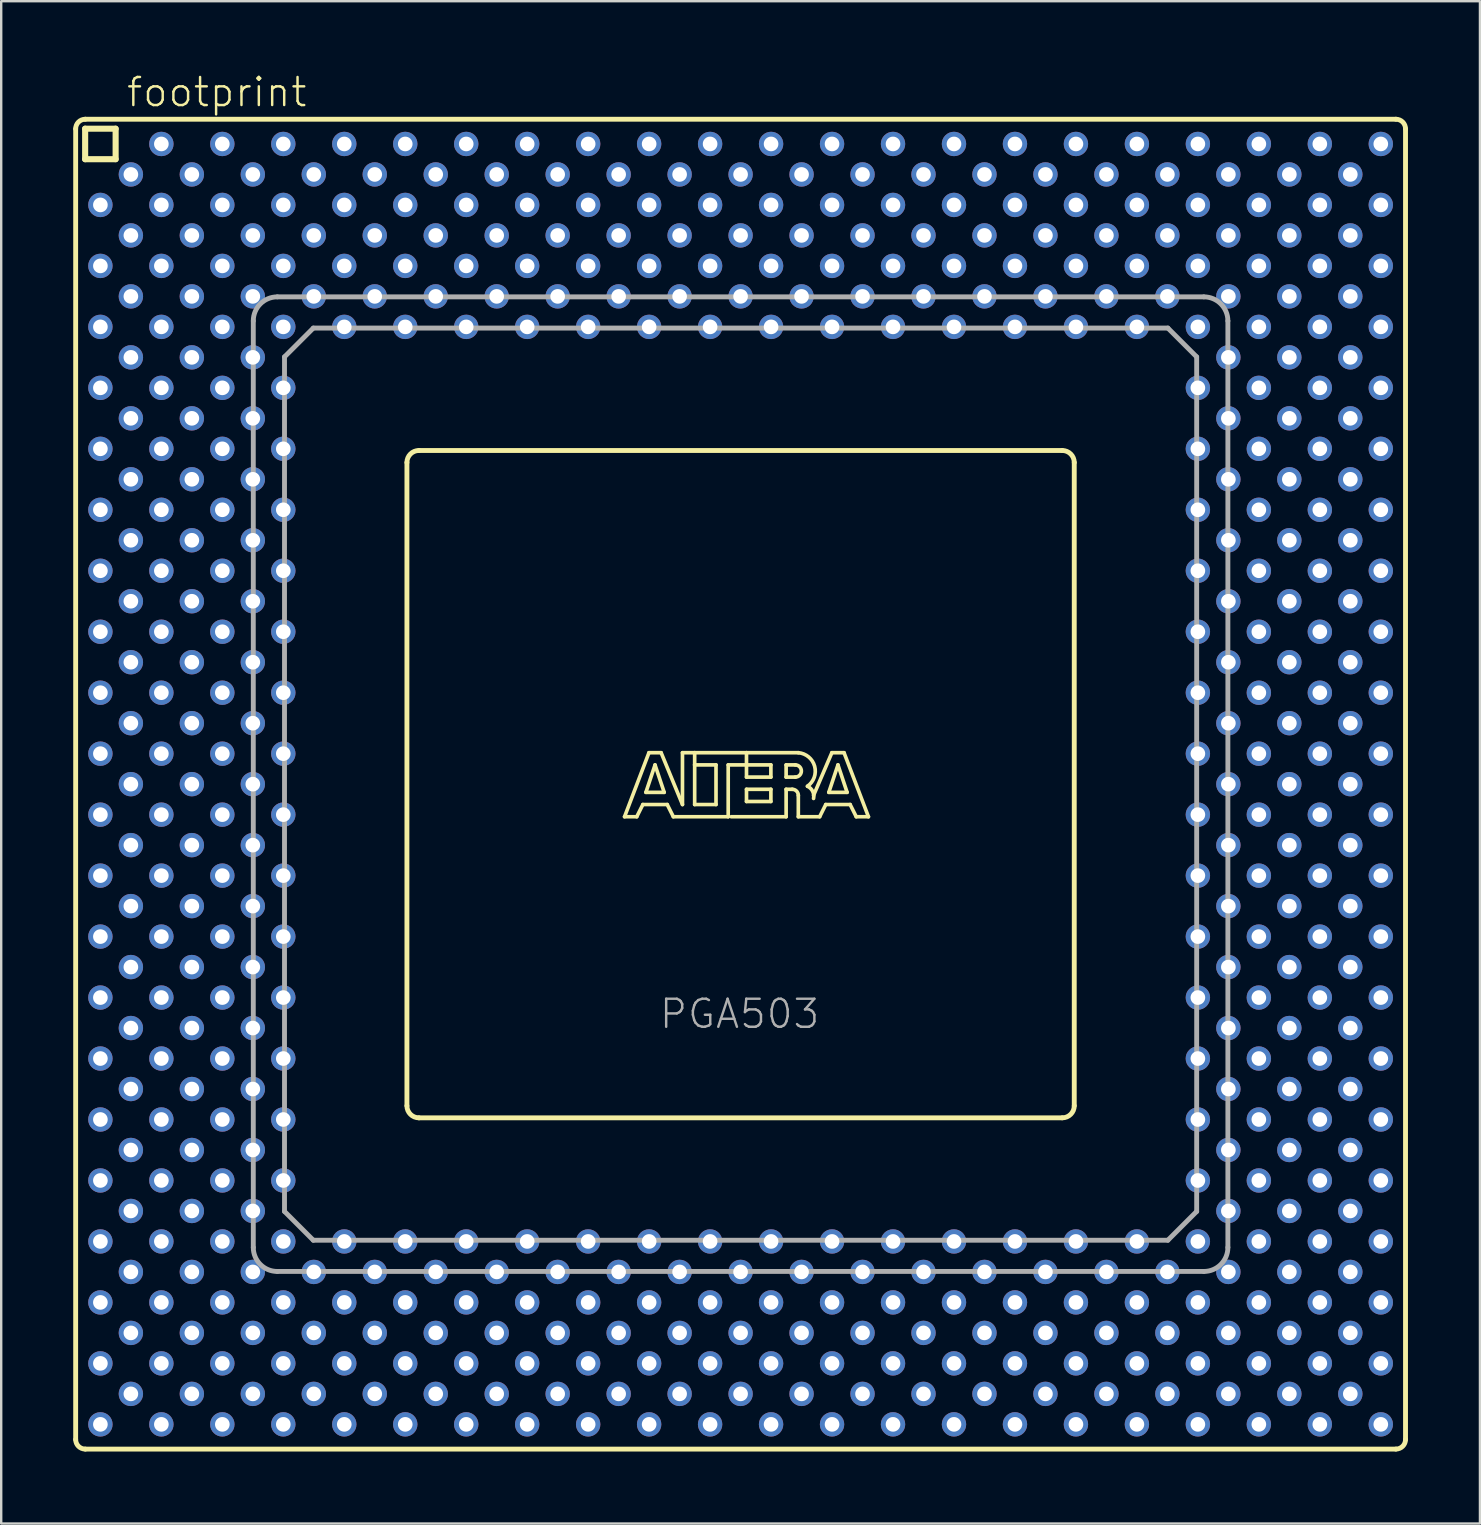
<source format=kicad_pcb>
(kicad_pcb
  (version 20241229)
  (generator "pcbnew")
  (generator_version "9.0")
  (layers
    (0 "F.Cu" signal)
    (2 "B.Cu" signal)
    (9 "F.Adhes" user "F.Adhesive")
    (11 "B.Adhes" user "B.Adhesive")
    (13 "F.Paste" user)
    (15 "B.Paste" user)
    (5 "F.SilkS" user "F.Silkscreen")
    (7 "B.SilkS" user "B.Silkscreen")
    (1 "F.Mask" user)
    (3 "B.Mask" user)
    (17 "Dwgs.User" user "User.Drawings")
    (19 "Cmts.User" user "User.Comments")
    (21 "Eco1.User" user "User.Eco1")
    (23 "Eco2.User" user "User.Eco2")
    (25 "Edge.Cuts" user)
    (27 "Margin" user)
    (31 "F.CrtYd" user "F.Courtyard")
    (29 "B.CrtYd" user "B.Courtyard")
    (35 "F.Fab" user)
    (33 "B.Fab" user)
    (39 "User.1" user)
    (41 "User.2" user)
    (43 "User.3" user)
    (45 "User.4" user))
  (footprint "footprint"
    (layer "F.Cu")
    (at 27.802 29.617)
    (property "Reference" "footprint" (at -25.643 -28.144 0) (layer "F.SilkS") (effects (font (size 1.168 1.168) (thickness 0.102)) (justify left bottom)))
    (fp_line (start -27.7 -27.3) (end -27.7 27.3) (stroke (width 0.203) (type solid)) (layer "F.SilkS"))
    (fp_line (start -27.305 -27.305) (end -27.305 -26.035) (stroke (width 0.254) (type solid)) (layer "F.SilkS"))
    (fp_line (start -27.305 -26.035) (end -26.035 -26.035) (stroke (width 0.254) (type solid)) (layer "F.SilkS"))
    (fp_line (start -27.3 27.7) (end 27.3 27.7) (stroke (width 0.203) (type solid)) (layer "F.SilkS"))
    (fp_line (start -26.035 -27.305) (end -27.305 -27.305) (stroke (width 0.254) (type solid)) (layer "F.SilkS"))
    (fp_line (start -26.035 -26.035) (end -26.035 -27.305) (stroke (width 0.254) (type solid)) (layer "F.SilkS"))
    (fp_line (start -13.9 -13.4) (end -13.9 13.4) (stroke (width 0.203) (type solid)) (layer "F.SilkS"))
    (fp_line (start -13.4 13.9) (end 13.4 13.9) (stroke (width 0.203) (type solid)) (layer "F.SilkS"))
    (fp_line (start -4.834 1.357) (end -3.818 -1.31) (stroke (width 0.152) (type solid)) (layer "F.SilkS"))
    (fp_line (start -4.326 1.357) (end -4.834 1.357) (stroke (width 0.152) (type solid)) (layer "F.SilkS"))
    (fp_line (start -4.072 0.849) (end -4.326 1.357) (stroke (width 0.152) (type solid)) (layer "F.SilkS"))
    (fp_line (start -3.945 0.341) (end -3.183 0.341) (stroke (width 0.152) (type solid)) (layer "F.SilkS"))
    (fp_line (start -3.818 -1.31) (end -3.31 -1.31) (stroke (width 0.152) (type solid)) (layer "F.SilkS"))
    (fp_line (start -3.564 -0.802) (end -3.945 0.341) (stroke (width 0.152) (type solid)) (layer "F.SilkS"))
    (fp_line (start -3.31 -1.31) (end -2.421 0.849) (stroke (width 0.152) (type solid)) (layer "F.SilkS"))
    (fp_line (start -3.183 0.341) (end -3.564 -0.802) (stroke (width 0.152) (type solid)) (layer "F.SilkS"))
    (fp_line (start -3.056 0.849) (end -4.072 0.849) (stroke (width 0.152) (type solid)) (layer "F.SilkS"))
    (fp_line (start -2.802 1.357) (end -3.056 0.849) (stroke (width 0.152) (type solid)) (layer "F.SilkS"))
    (fp_line (start -2.421 -1.31) (end -1.913 -1.31) (stroke (width 0.152) (type solid)) (layer "F.SilkS"))
    (fp_line (start -2.421 0.849) (end -2.421 -1.31) (stroke (width 0.152) (type solid)) (layer "F.SilkS"))
    (fp_line (start -1.913 -1.31) (end -1.913 -0.802) (stroke (width 0.152) (type solid)) (layer "F.SilkS"))
    (fp_line (start -1.913 -1.31) (end 0.246 -1.31) (stroke (width 0.152) (type solid)) (layer "F.SilkS"))
    (fp_line (start -1.913 -0.802) (end -1.913 0.849) (stroke (width 0.152) (type solid)) (layer "F.SilkS"))
    (fp_line (start -1.913 0.849) (end -1.024 0.849) (stroke (width 0.152) (type solid)) (layer "F.SilkS"))
    (fp_line (start -1.024 -0.802) (end -1.913 -0.802) (stroke (width 0.152) (type solid)) (layer "F.SilkS"))
    (fp_line (start -1.024 0.849) (end -1.024 -0.802) (stroke (width 0.152) (type solid)) (layer "F.SilkS"))
    (fp_line (start -0.516 -0.802) (end -0.516 1.357) (stroke (width 0.152) (type solid)) (layer "F.SilkS"))
    (fp_line (start -0.516 1.357) (end -2.802 1.357) (stroke (width 0.152) (type solid)) (layer "F.SilkS"))
    (fp_line (start 0.246 -1.31) (end 0.246 -0.802) (stroke (width 0.152) (type solid)) (layer "F.SilkS"))
    (fp_line (start 0.246 -1.31) (end 2.405 -1.31) (stroke (width 0.152) (type solid)) (layer "F.SilkS"))
    (fp_line (start 0.246 -0.802) (end -0.516 -0.802) (stroke (width 0.152) (type solid)) (layer "F.SilkS"))
    (fp_line (start 0.246 -0.802) (end 0.246 -0.294) (stroke (width 0.152) (type solid)) (layer "F.SilkS"))
    (fp_line (start 0.246 -0.294) (end 1.262 -0.294) (stroke (width 0.152) (type solid)) (layer "F.SilkS"))
    (fp_line (start 0.246 0.214) (end 1.262 0.214) (stroke (width 0.152) (type solid)) (layer "F.SilkS"))
    (fp_line (start 0.246 0.722) (end 0.246 0.214) (stroke (width 0.152) (type solid)) (layer "F.SilkS"))
    (fp_line (start 1.262 -0.802) (end 0.246 -0.802) (stroke (width 0.152) (type solid)) (layer "F.SilkS"))
    (fp_line (start 1.262 -0.294) (end 1.262 -0.802) (stroke (width 0.152) (type solid)) (layer "F.SilkS"))
    (fp_line (start 1.262 0.214) (end 1.262 0.722) (stroke (width 0.152) (type solid)) (layer "F.SilkS"))
    (fp_line (start 1.262 0.722) (end 0.246 0.722) (stroke (width 0.152) (type solid)) (layer "F.SilkS"))
    (fp_line (start 1.897 -0.802) (end 1.897 -0.294) (stroke (width 0.152) (type solid)) (layer "F.SilkS"))
    (fp_line (start 1.897 -0.294) (end 2.278 -0.294) (stroke (width 0.152) (type solid)) (layer "F.SilkS"))
    (fp_line (start 1.897 0.214) (end 1.897 1.357) (stroke (width 0.152) (type solid)) (layer "F.SilkS"))
    (fp_line (start 1.897 0.214) (end 2.151 0.214) (stroke (width 0.152) (type solid)) (layer "F.SilkS"))
    (fp_line (start 1.897 1.357) (end -0.389 1.357) (stroke (width 0.152) (type solid)) (layer "F.SilkS"))
    (fp_line (start 2.278 -0.802) (end 1.897 -0.802) (stroke (width 0.152) (type solid)) (layer "F.SilkS"))
    (fp_line (start 2.405 0.468) (end 2.405 1.357) (stroke (width 0.152) (type solid)) (layer "F.SilkS"))
    (fp_line (start 2.405 1.357) (end 3.294 1.357) (stroke (width 0.152) (type solid)) (layer "F.SilkS"))
    (fp_line (start 3.294 1.357) (end 3.548 0.849) (stroke (width 0.152) (type solid)) (layer "F.SilkS"))
    (fp_line (start 3.548 0.849) (end 4.564 0.849) (stroke (width 0.152) (type solid)) (layer "F.SilkS"))
    (fp_line (start 3.675 0.341) (end 4.056 -0.802) (stroke (width 0.152) (type solid)) (layer "F.SilkS"))
    (fp_line (start 3.802 -1.31) (end 3.04 0.468) (stroke (width 0.152) (type solid)) (layer "F.SilkS"))
    (fp_line (start 4.056 -0.802) (end 4.437 0.341) (stroke (width 0.152) (type solid)) (layer "F.SilkS"))
    (fp_line (start 4.31 -1.31) (end 3.802 -1.31) (stroke (width 0.152) (type solid)) (layer "F.SilkS"))
    (fp_line (start 4.437 0.341) (end 3.675 0.341) (stroke (width 0.152) (type solid)) (layer "F.SilkS"))
    (fp_line (start 4.564 0.849) (end 4.818 1.357) (stroke (width 0.152) (type solid)) (layer "F.SilkS"))
    (fp_line (start 4.818 1.357) (end 5.326 1.357) (stroke (width 0.152) (type solid)) (layer "F.SilkS"))
    (fp_line (start 5.326 1.357) (end 4.31 -1.31) (stroke (width 0.152) (type solid)) (layer "F.SilkS"))
    (fp_line (start 13.4 -13.9) (end -13.4 -13.9) (stroke (width 0.203) (type solid)) (layer "F.SilkS"))
    (fp_line (start 13.9 13.4) (end 13.9 -13.4) (stroke (width 0.203) (type solid)) (layer "F.SilkS"))
    (fp_line (start 27.3 -27.7) (end -27.3 -27.7) (stroke (width 0.203) (type solid)) (layer "F.SilkS"))
    (fp_line (start 27.7 27.3) (end 27.7 -27.3) (stroke (width 0.203) (type solid)) (layer "F.SilkS"))
    (fp_arc (start -27.7 -27.3) (mid -27.582813 -27.582913) (end -27.2999 -27.7001) (stroke (width 0.2032) (type solid)) (layer "F.SilkS"))
    (fp_arc (start -27.2999 27.7001) (mid -27.582813 27.582913) (end -27.7 27.3) (stroke (width 0.2032) (type solid)) (layer "F.SilkS"))
    (fp_arc (start -13.9 -13.4) (mid -13.753607 -13.753625) (end -13.400099 -13.900301) (stroke (width 0.2032) (type solid)) (layer "F.SilkS"))
    (fp_arc (start -13.4001 13.9) (mid -13.753589 13.753518) (end -13.9 13.4) (stroke (width 0.2032) (type solid)) (layer "F.SilkS"))
    (fp_arc (start 2.151 0.214) (mid 2.330605 0.288395) (end 2.405 0.468) (stroke (width 0.1524) (type solid)) (layer "F.SilkS"))
    (fp_arc (start 2.278 -0.802) (mid 2.532 -0.548) (end 2.278 -0.294) (stroke (width 0.1524) (type solid)) (layer "F.SilkS"))
    (fp_arc (start 2.405 -1.31) (mid 3.084953 -0.744769) (end 2.786098 0.087401) (stroke (width 0.1524) (type solid)) (layer "F.SilkS"))
    (fp_arc (start 2.7861 0.0871) (mid 3.002081 0.296587) (end 3.039799 0.5951) (stroke (width 0.1524) (type solid)) (layer "F.SilkS"))
    (fp_arc (start 13.4 -13.9) (mid 13.753625 -13.753607) (end 13.900301 -13.400099) (stroke (width 0.2032) (type solid)) (layer "F.SilkS"))
    (fp_arc (start 13.9 13.4001) (mid 13.753518 13.753589) (end 13.4 13.9) (stroke (width 0.2032) (type solid)) (layer "F.SilkS"))
    (fp_arc (start 27.3 -27.7) (mid 27.582913 -27.582813) (end 27.7001 -27.2999) (stroke (width 0.2032) (type solid)) (layer "F.SilkS"))
    (fp_arc (start 27.7001 27.2999) (mid 27.582913 27.582813) (end 27.3 27.7) (stroke (width 0.2032) (type solid)) (layer "F.SilkS"))
    (fp_line (start -20.3 -19.3) (end -20.3 19.3) (stroke (width 0.203) (type solid)) (layer "F.Fab"))
    (fp_line (start -19.3 20.3) (end 19.3 20.3) (stroke (width 0.203) (type solid)) (layer "F.Fab"))
    (fp_line (start -19 -17.8) (end -19 17.8) (stroke (width 0.203) (type solid)) (layer "F.Fab"))
    (fp_line (start -19 -17.8) (end -17.8 -19) (stroke (width 0.203) (type solid)) (layer "F.Fab"))
    (fp_line (start -17.8 19) (end -19 17.8) (stroke (width 0.203) (type solid)) (layer "F.Fab"))
    (fp_line (start -17.8 19) (end 17.8 19) (stroke (width 0.203) (type solid)) (layer "F.Fab"))
    (fp_line (start 17.8 -19) (end -17.8 -19) (stroke (width 0.203) (type solid)) (layer "F.Fab"))
    (fp_line (start 17.8 -19) (end 19 -17.8) (stroke (width 0.203) (type solid)) (layer "F.Fab"))
    (fp_line (start 19 17.8) (end 17.8 19) (stroke (width 0.203) (type solid)) (layer "F.Fab"))
    (fp_line (start 19 17.8) (end 19 -17.8) (stroke (width 0.203) (type solid)) (layer "F.Fab"))
    (fp_line (start 19.3 -20.3) (end -19.3 -20.3) (stroke (width 0.203) (type solid)) (layer "F.Fab"))
    (fp_line (start 20.3 19.3) (end 20.3 -19.3) (stroke (width 0.203) (type solid)) (layer "F.Fab"))
    (fp_arc (start -20.3 -19.3) (mid -20.007107 -20.007107) (end -19.3 -20.3) (stroke (width 0.2032) (type solid)) (layer "F.Fab"))
    (fp_arc (start -19.3 20.3) (mid -20.007107 20.007107) (end -20.3 19.3) (stroke (width 0.2032) (type solid)) (layer "F.Fab"))
    (fp_arc (start 19.3 -20.3) (mid 20.007107 -20.007107) (end 20.3 -19.3) (stroke (width 0.2032) (type solid)) (layer "F.Fab"))
    (fp_arc (start 20.3 19.3) (mid 20.007107 20.007107) (end 19.3 20.3) (stroke (width 0.2032) (type solid)) (layer "F.Fab"))
    (fp_text user "PGA503" (at -3.445 10.255 0) (layer "F.Fab") (effects (font (size 1.168 1.168) (thickness 0.102)) (justify left bottom)))
    (pad "A3" thru_hole circle (at -24.13 -26.67) (size 1.016 1.016) (drill 0.61) (layers "*.Cu" "*.Mask"))
    (pad "A5" thru_hole circle (at -21.59 -26.67) (size 1.016 1.016) (drill 0.61) (layers "*.Cu" "*.Mask"))
    (pad "A7" thru_hole circle (at -19.05 -26.67) (size 1.016 1.016) (drill 0.61) (layers "*.Cu" "*.Mask"))
    (pad "A9" thru_hole circle (at -16.51 -26.67) (size 1.016 1.016) (drill 0.61) (layers "*.Cu" "*.Mask"))
    (pad "A11" thru_hole circle (at -13.97 -26.67) (size 1.016 1.016) (drill 0.61) (layers "*.Cu" "*.Mask"))
    (pad "A13" thru_hole circle (at -11.43 -26.67) (size 1.016 1.016) (drill 0.61) (layers "*.Cu" "*.Mask"))
    (pad "A15" thru_hole circle (at -8.89 -26.67) (size 1.016 1.016) (drill 0.61) (layers "*.Cu" "*.Mask"))
    (pad "A17" thru_hole circle (at -6.35 -26.67) (size 1.016 1.016) (drill 0.61) (layers "*.Cu" "*.Mask"))
    (pad "A19" thru_hole circle (at -3.81 -26.67) (size 1.016 1.016) (drill 0.61) (layers "*.Cu" "*.Mask"))
    (pad "A21" thru_hole circle (at -1.27 -26.67) (size 1.016 1.016) (drill 0.61) (layers "*.Cu" "*.Mask"))
    (pad "A23" thru_hole circle (at 1.27 -26.67) (size 1.016 1.016) (drill 0.61) (layers "*.Cu" "*.Mask"))
    (pad "A25" thru_hole circle (at 3.81 -26.67) (size 1.016 1.016) (drill 0.61) (layers "*.Cu" "*.Mask"))
    (pad "A27" thru_hole circle (at 6.35 -26.67) (size 1.016 1.016) (drill 0.61) (layers "*.Cu" "*.Mask"))
    (pad "A29" thru_hole circle (at 8.89 -26.67) (size 1.016 1.016) (drill 0.61) (layers "*.Cu" "*.Mask"))
    (pad "A31" thru_hole circle (at 11.43 -26.67) (size 1.016 1.016) (drill 0.61) (layers "*.Cu" "*.Mask"))
    (pad "A33" thru_hole circle (at 13.97 -26.67) (size 1.016 1.016) (drill 0.61) (layers "*.Cu" "*.Mask"))
    (pad "A35" thru_hole circle (at 16.51 -26.67) (size 1.016 1.016) (drill 0.61) (layers "*.Cu" "*.Mask"))
    (pad "A37" thru_hole circle (at 19.05 -26.67) (size 1.016 1.016) (drill 0.61) (layers "*.Cu" "*.Mask"))
    (pad "A39" thru_hole circle (at 21.59 -26.67) (size 1.016 1.016) (drill 0.61) (layers "*.Cu" "*.Mask"))
    (pad "A41" thru_hole circle (at 24.13 -26.67) (size 1.016 1.016) (drill 0.61) (layers "*.Cu" "*.Mask"))
    (pad "A43" thru_hole circle (at 26.67 -26.67) (size 1.016 1.016) (drill 0.61) (layers "*.Cu" "*.Mask"))
    (pad "AA1" thru_hole circle (at -26.67 -1.27) (size 1.016 1.016) (drill 0.61) (layers "*.Cu" "*.Mask"))
    (pad "AA3" thru_hole circle (at -24.13 -1.27) (size 1.016 1.016) (drill 0.61) (layers "*.Cu" "*.Mask"))
    (pad "AA5" thru_hole circle (at -21.59 -1.27) (size 1.016 1.016) (drill 0.61) (layers "*.Cu" "*.Mask"))
    (pad "AA7" thru_hole circle (at -19.05 -1.27) (size 1.016 1.016) (drill 0.61) (layers "*.Cu" "*.Mask"))
    (pad "AA37" thru_hole circle (at 19.05 -1.27) (size 1.016 1.016) (drill 0.61) (layers "*.Cu" "*.Mask"))
    (pad "AA39" thru_hole circle (at 21.59 -1.27) (size 1.016 1.016) (drill 0.61) (layers "*.Cu" "*.Mask"))
    (pad "AA41" thru_hole circle (at 24.13 -1.27) (size 1.016 1.016) (drill 0.61) (layers "*.Cu" "*.Mask"))
    (pad "AA43" thru_hole circle (at 26.67 -1.27) (size 1.016 1.016) (drill 0.61) (layers "*.Cu" "*.Mask"))
    (pad "AB2" thru_hole circle (at -25.4 0) (size 1.016 1.016) (drill 0.61) (layers "*.Cu" "*.Mask"))
    (pad "AB4" thru_hole circle (at -22.86 0) (size 1.016 1.016) (drill 0.61) (layers "*.Cu" "*.Mask"))
    (pad "AB6" thru_hole circle (at -20.32 0) (size 1.016 1.016) (drill 0.61) (layers "*.Cu" "*.Mask"))
    (pad "AB38" thru_hole circle (at 20.32 0) (size 1.016 1.016) (drill 0.61) (layers "*.Cu" "*.Mask"))
    (pad "AB40" thru_hole circle (at 22.86 0) (size 1.016 1.016) (drill 0.61) (layers "*.Cu" "*.Mask"))
    (pad "AB42" thru_hole circle (at 25.4 0) (size 1.016 1.016) (drill 0.61) (layers "*.Cu" "*.Mask"))
    (pad "AC1" thru_hole circle (at -26.67 1.27) (size 1.016 1.016) (drill 0.61) (layers "*.Cu" "*.Mask"))
    (pad "AC3" thru_hole circle (at -24.13 1.27) (size 1.016 1.016) (drill 0.61) (layers "*.Cu" "*.Mask"))
    (pad "AC5" thru_hole circle (at -21.59 1.27) (size 1.016 1.016) (drill 0.61) (layers "*.Cu" "*.Mask"))
    (pad "AC7" thru_hole circle (at -19.05 1.27) (size 1.016 1.016) (drill 0.61) (layers "*.Cu" "*.Mask"))
    (pad "AC37" thru_hole circle (at 19.05 1.27) (size 1.016 1.016) (drill 0.61) (layers "*.Cu" "*.Mask"))
    (pad "AC39" thru_hole circle (at 21.59 1.27) (size 1.016 1.016) (drill 0.61) (layers "*.Cu" "*.Mask"))
    (pad "AC41" thru_hole circle (at 24.13 1.27) (size 1.016 1.016) (drill 0.61) (layers "*.Cu" "*.Mask"))
    (pad "AC43" thru_hole circle (at 26.67 1.27) (size 1.016 1.016) (drill 0.61) (layers "*.Cu" "*.Mask"))
    (pad "AD2" thru_hole circle (at -25.4 2.54) (size 1.016 1.016) (drill 0.61) (layers "*.Cu" "*.Mask"))
    (pad "AD4" thru_hole circle (at -22.86 2.54) (size 1.016 1.016) (drill 0.61) (layers "*.Cu" "*.Mask"))
    (pad "AD6" thru_hole circle (at -20.32 2.54) (size 1.016 1.016) (drill 0.61) (layers "*.Cu" "*.Mask"))
    (pad "AD38" thru_hole circle (at 20.32 2.54) (size 1.016 1.016) (drill 0.61) (layers "*.Cu" "*.Mask"))
    (pad "AD40" thru_hole circle (at 22.86 2.54) (size 1.016 1.016) (drill 0.61) (layers "*.Cu" "*.Mask"))
    (pad "AD42" thru_hole circle (at 25.4 2.54) (size 1.016 1.016) (drill 0.61) (layers "*.Cu" "*.Mask"))
    (pad "AE1" thru_hole circle (at -26.67 3.81) (size 1.016 1.016) (drill 0.61) (layers "*.Cu" "*.Mask"))
    (pad "AE3" thru_hole circle (at -24.13 3.81) (size 1.016 1.016) (drill 0.61) (layers "*.Cu" "*.Mask"))
    (pad "AE5" thru_hole circle (at -21.59 3.81) (size 1.016 1.016) (drill 0.61) (layers "*.Cu" "*.Mask"))
    (pad "AE7" thru_hole circle (at -19.05 3.81) (size 1.016 1.016) (drill 0.61) (layers "*.Cu" "*.Mask"))
    (pad "AE37" thru_hole circle (at 19.05 3.81) (size 1.016 1.016) (drill 0.61) (layers "*.Cu" "*.Mask"))
    (pad "AE39" thru_hole circle (at 21.59 3.81) (size 1.016 1.016) (drill 0.61) (layers "*.Cu" "*.Mask"))
    (pad "AE41" thru_hole circle (at 24.13 3.81) (size 1.016 1.016) (drill 0.61) (layers "*.Cu" "*.Mask"))
    (pad "AE43" thru_hole circle (at 26.67 3.81) (size 1.016 1.016) (drill 0.61) (layers "*.Cu" "*.Mask"))
    (pad "AF2" thru_hole circle (at -25.4 5.08) (size 1.016 1.016) (drill 0.61) (layers "*.Cu" "*.Mask"))
    (pad "AF4" thru_hole circle (at -22.86 5.08) (size 1.016 1.016) (drill 0.61) (layers "*.Cu" "*.Mask"))
    (pad "AF6" thru_hole circle (at -20.32 5.08) (size 1.016 1.016) (drill 0.61) (layers "*.Cu" "*.Mask"))
    (pad "AF38" thru_hole circle (at 20.32 5.08) (size 1.016 1.016) (drill 0.61) (layers "*.Cu" "*.Mask"))
    (pad "AF40" thru_hole circle (at 22.86 5.08) (size 1.016 1.016) (drill 0.61) (layers "*.Cu" "*.Mask"))
    (pad "AF42" thru_hole circle (at 25.4 5.08) (size 1.016 1.016) (drill 0.61) (layers "*.Cu" "*.Mask"))
    (pad "AG1" thru_hole circle (at -26.67 6.35) (size 1.016 1.016) (drill 0.61) (layers "*.Cu" "*.Mask"))
    (pad "AG3" thru_hole circle (at -24.13 6.35) (size 1.016 1.016) (drill 0.61) (layers "*.Cu" "*.Mask"))
    (pad "AG5" thru_hole circle (at -21.59 6.35) (size 1.016 1.016) (drill 0.61) (layers "*.Cu" "*.Mask"))
    (pad "AG7" thru_hole circle (at -19.05 6.35) (size 1.016 1.016) (drill 0.61) (layers "*.Cu" "*.Mask"))
    (pad "AG37" thru_hole circle (at 19.05 6.35) (size 1.016 1.016) (drill 0.61) (layers "*.Cu" "*.Mask"))
    (pad "AG39" thru_hole circle (at 21.59 6.35) (size 1.016 1.016) (drill 0.61) (layers "*.Cu" "*.Mask"))
    (pad "AG41" thru_hole circle (at 24.13 6.35) (size 1.016 1.016) (drill 0.61) (layers "*.Cu" "*.Mask"))
    (pad "AG43" thru_hole circle (at 26.67 6.35) (size 1.016 1.016) (drill 0.61) (layers "*.Cu" "*.Mask"))
    (pad "AH2" thru_hole circle (at -25.4 7.62) (size 1.016 1.016) (drill 0.61) (layers "*.Cu" "*.Mask"))
    (pad "AH4" thru_hole circle (at -22.86 7.62) (size 1.016 1.016) (drill 0.61) (layers "*.Cu" "*.Mask"))
    (pad "AH6" thru_hole circle (at -20.32 7.62) (size 1.016 1.016) (drill 0.61) (layers "*.Cu" "*.Mask"))
    (pad "AH38" thru_hole circle (at 20.32 7.62) (size 1.016 1.016) (drill 0.61) (layers "*.Cu" "*.Mask"))
    (pad "AH40" thru_hole circle (at 22.86 7.62) (size 1.016 1.016) (drill 0.61) (layers "*.Cu" "*.Mask"))
    (pad "AH42" thru_hole circle (at 25.4 7.62) (size 1.016 1.016) (drill 0.61) (layers "*.Cu" "*.Mask"))
    (pad "AJ1" thru_hole circle (at -26.67 8.89) (size 1.016 1.016) (drill 0.61) (layers "*.Cu" "*.Mask"))
    (pad "AJ3" thru_hole circle (at -24.13 8.89) (size 1.016 1.016) (drill 0.61) (layers "*.Cu" "*.Mask"))
    (pad "AJ5" thru_hole circle (at -21.59 8.89) (size 1.016 1.016) (drill 0.61) (layers "*.Cu" "*.Mask"))
    (pad "AJ7" thru_hole circle (at -19.05 8.89) (size 1.016 1.016) (drill 0.61) (layers "*.Cu" "*.Mask"))
    (pad "AJ37" thru_hole circle (at 19.05 8.89) (size 1.016 1.016) (drill 0.61) (layers "*.Cu" "*.Mask"))
    (pad "AJ39" thru_hole circle (at 21.59 8.89) (size 1.016 1.016) (drill 0.61) (layers "*.Cu" "*.Mask"))
    (pad "AJ41" thru_hole circle (at 24.13 8.89) (size 1.016 1.016) (drill 0.61) (layers "*.Cu" "*.Mask"))
    (pad "AJ43" thru_hole circle (at 26.67 8.89) (size 1.016 1.016) (drill 0.61) (layers "*.Cu" "*.Mask"))
    (pad "AK2" thru_hole circle (at -25.4 10.16) (size 1.016 1.016) (drill 0.61) (layers "*.Cu" "*.Mask"))
    (pad "AK4" thru_hole circle (at -22.86 10.16) (size 1.016 1.016) (drill 0.61) (layers "*.Cu" "*.Mask"))
    (pad "AK6" thru_hole circle (at -20.32 10.16) (size 1.016 1.016) (drill 0.61) (layers "*.Cu" "*.Mask"))
    (pad "AK38" thru_hole circle (at 20.32 10.16) (size 1.016 1.016) (drill 0.61) (layers "*.Cu" "*.Mask"))
    (pad "AK40" thru_hole circle (at 22.86 10.16) (size 1.016 1.016) (drill 0.61) (layers "*.Cu" "*.Mask"))
    (pad "AK42" thru_hole circle (at 25.4 10.16) (size 1.016 1.016) (drill 0.61) (layers "*.Cu" "*.Mask"))
    (pad "AL1" thru_hole circle (at -26.67 11.43) (size 1.016 1.016) (drill 0.61) (layers "*.Cu" "*.Mask"))
    (pad "AL3" thru_hole circle (at -24.13 11.43) (size 1.016 1.016) (drill 0.61) (layers "*.Cu" "*.Mask"))
    (pad "AL5" thru_hole circle (at -21.59 11.43) (size 1.016 1.016) (drill 0.61) (layers "*.Cu" "*.Mask"))
    (pad "AL7" thru_hole circle (at -19.05 11.43) (size 1.016 1.016) (drill 0.61) (layers "*.Cu" "*.Mask"))
    (pad "AL37" thru_hole circle (at 19.05 11.43) (size 1.016 1.016) (drill 0.61) (layers "*.Cu" "*.Mask"))
    (pad "AL39" thru_hole circle (at 21.59 11.43) (size 1.016 1.016) (drill 0.61) (layers "*.Cu" "*.Mask"))
    (pad "AL41" thru_hole circle (at 24.13 11.43) (size 1.016 1.016) (drill 0.61) (layers "*.Cu" "*.Mask"))
    (pad "AL43" thru_hole circle (at 26.67 11.43) (size 1.016 1.016) (drill 0.61) (layers "*.Cu" "*.Mask"))
    (pad "AM2" thru_hole circle (at -25.4 12.7) (size 1.016 1.016) (drill 0.61) (layers "*.Cu" "*.Mask"))
    (pad "AM4" thru_hole circle (at -22.86 12.7) (size 1.016 1.016) (drill 0.61) (layers "*.Cu" "*.Mask"))
    (pad "AM6" thru_hole circle (at -20.32 12.7) (size 1.016 1.016) (drill 0.61) (layers "*.Cu" "*.Mask"))
    (pad "AM38" thru_hole circle (at 20.32 12.7) (size 1.016 1.016) (drill 0.61) (layers "*.Cu" "*.Mask"))
    (pad "AM40" thru_hole circle (at 22.86 12.7) (size 1.016 1.016) (drill 0.61) (layers "*.Cu" "*.Mask"))
    (pad "AM42" thru_hole circle (at 25.4 12.7) (size 1.016 1.016) (drill 0.61) (layers "*.Cu" "*.Mask"))
    (pad "AN1" thru_hole circle (at -26.67 13.97) (size 1.016 1.016) (drill 0.61) (layers "*.Cu" "*.Mask"))
    (pad "AN3" thru_hole circle (at -24.13 13.97) (size 1.016 1.016) (drill 0.61) (layers "*.Cu" "*.Mask"))
    (pad "AN5" thru_hole circle (at -21.59 13.97) (size 1.016 1.016) (drill 0.61) (layers "*.Cu" "*.Mask"))
    (pad "AN7" thru_hole circle (at -19.05 13.97) (size 1.016 1.016) (drill 0.61) (layers "*.Cu" "*.Mask"))
    (pad "AN37" thru_hole circle (at 19.05 13.97) (size 1.016 1.016) (drill 0.61) (layers "*.Cu" "*.Mask"))
    (pad "AN39" thru_hole circle (at 21.59 13.97) (size 1.016 1.016) (drill 0.61) (layers "*.Cu" "*.Mask"))
    (pad "AN41" thru_hole circle (at 24.13 13.97) (size 1.016 1.016) (drill 0.61) (layers "*.Cu" "*.Mask"))
    (pad "AN43" thru_hole circle (at 26.67 13.97) (size 1.016 1.016) (drill 0.61) (layers "*.Cu" "*.Mask"))
    (pad "AP2" thru_hole circle (at -25.4 15.24) (size 1.016 1.016) (drill 0.61) (layers "*.Cu" "*.Mask"))
    (pad "AP4" thru_hole circle (at -22.86 15.24) (size 1.016 1.016) (drill 0.61) (layers "*.Cu" "*.Mask"))
    (pad "AP6" thru_hole circle (at -20.32 15.24) (size 1.016 1.016) (drill 0.61) (layers "*.Cu" "*.Mask"))
    (pad "AP38" thru_hole circle (at 20.32 15.24) (size 1.016 1.016) (drill 0.61) (layers "*.Cu" "*.Mask"))
    (pad "AP40" thru_hole circle (at 22.86 15.24) (size 1.016 1.016) (drill 0.61) (layers "*.Cu" "*.Mask"))
    (pad "AP42" thru_hole circle (at 25.4 15.24) (size 1.016 1.016) (drill 0.61) (layers "*.Cu" "*.Mask"))
    (pad "AR1" thru_hole circle (at -26.67 16.51) (size 1.016 1.016) (drill 0.61) (layers "*.Cu" "*.Mask"))
    (pad "AR3" thru_hole circle (at -24.13 16.51) (size 1.016 1.016) (drill 0.61) (layers "*.Cu" "*.Mask"))
    (pad "AR5" thru_hole circle (at -21.59 16.51) (size 1.016 1.016) (drill 0.61) (layers "*.Cu" "*.Mask"))
    (pad "AR7" thru_hole circle (at -19.05 16.51) (size 1.016 1.016) (drill 0.61) (layers "*.Cu" "*.Mask"))
    (pad "AR37" thru_hole circle (at 19.05 16.51) (size 1.016 1.016) (drill 0.61) (layers "*.Cu" "*.Mask"))
    (pad "AR39" thru_hole circle (at 21.59 16.51) (size 1.016 1.016) (drill 0.61) (layers "*.Cu" "*.Mask"))
    (pad "AR41" thru_hole circle (at 24.13 16.51) (size 1.016 1.016) (drill 0.61) (layers "*.Cu" "*.Mask"))
    (pad "AR43" thru_hole circle (at 26.67 16.51) (size 1.016 1.016) (drill 0.61) (layers "*.Cu" "*.Mask"))
    (pad "AT2" thru_hole circle (at -25.4 17.78) (size 1.016 1.016) (drill 0.61) (layers "*.Cu" "*.Mask"))
    (pad "AT4" thru_hole circle (at -22.86 17.78) (size 1.016 1.016) (drill 0.61) (layers "*.Cu" "*.Mask"))
    (pad "AT6" thru_hole circle (at -20.32 17.78) (size 1.016 1.016) (drill 0.61) (layers "*.Cu" "*.Mask"))
    (pad "AT38" thru_hole circle (at 20.32 17.78) (size 1.016 1.016) (drill 0.61) (layers "*.Cu" "*.Mask"))
    (pad "AT40" thru_hole circle (at 22.86 17.78) (size 1.016 1.016) (drill 0.61) (layers "*.Cu" "*.Mask"))
    (pad "AT42" thru_hole circle (at 25.4 17.78) (size 1.016 1.016) (drill 0.61) (layers "*.Cu" "*.Mask"))
    (pad "AU1" thru_hole circle (at -26.67 19.05) (size 1.016 1.016) (drill 0.61) (layers "*.Cu" "*.Mask"))
    (pad "AU3" thru_hole circle (at -24.13 19.05) (size 1.016 1.016) (drill 0.61) (layers "*.Cu" "*.Mask"))
    (pad "AU5" thru_hole circle (at -21.59 19.05) (size 1.016 1.016) (drill 0.61) (layers "*.Cu" "*.Mask"))
    (pad "AU7" thru_hole circle (at -19.05 19.05) (size 1.016 1.016) (drill 0.61) (layers "*.Cu" "*.Mask"))
    (pad "AU9" thru_hole circle (at -16.51 19.05) (size 1.016 1.016) (drill 0.61) (layers "*.Cu" "*.Mask"))
    (pad "AU11" thru_hole circle (at -13.97 19.05) (size 1.016 1.016) (drill 0.61) (layers "*.Cu" "*.Mask"))
    (pad "AU13" thru_hole circle (at -11.43 19.05) (size 1.016 1.016) (drill 0.61) (layers "*.Cu" "*.Mask"))
    (pad "AU15" thru_hole circle (at -8.89 19.05) (size 1.016 1.016) (drill 0.61) (layers "*.Cu" "*.Mask"))
    (pad "AU17" thru_hole circle (at -6.35 19.05) (size 1.016 1.016) (drill 0.61) (layers "*.Cu" "*.Mask"))
    (pad "AU19" thru_hole circle (at -3.81 19.05) (size 1.016 1.016) (drill 0.61) (layers "*.Cu" "*.Mask"))
    (pad "AU21" thru_hole circle (at -1.27 19.05) (size 1.016 1.016) (drill 0.61) (layers "*.Cu" "*.Mask"))
    (pad "AU23" thru_hole circle (at 1.27 19.05) (size 1.016 1.016) (drill 0.61) (layers "*.Cu" "*.Mask"))
    (pad "AU25" thru_hole circle (at 3.81 19.05) (size 1.016 1.016) (drill 0.61) (layers "*.Cu" "*.Mask"))
    (pad "AU27" thru_hole circle (at 6.35 19.05) (size 1.016 1.016) (drill 0.61) (layers "*.Cu" "*.Mask"))
    (pad "AU29" thru_hole circle (at 8.89 19.05) (size 1.016 1.016) (drill 0.61) (layers "*.Cu" "*.Mask"))
    (pad "AU31" thru_hole circle (at 11.43 19.05) (size 1.016 1.016) (drill 0.61) (layers "*.Cu" "*.Mask"))
    (pad "AU33" thru_hole circle (at 13.97 19.05) (size 1.016 1.016) (drill 0.61) (layers "*.Cu" "*.Mask"))
    (pad "AU35" thru_hole circle (at 16.51 19.05) (size 1.016 1.016) (drill 0.61) (layers "*.Cu" "*.Mask"))
    (pad "AU37" thru_hole circle (at 19.05 19.05) (size 1.016 1.016) (drill 0.61) (layers "*.Cu" "*.Mask"))
    (pad "AU39" thru_hole circle (at 21.59 19.05) (size 1.016 1.016) (drill 0.61) (layers "*.Cu" "*.Mask"))
    (pad "AU41" thru_hole circle (at 24.13 19.05) (size 1.016 1.016) (drill 0.61) (layers "*.Cu" "*.Mask"))
    (pad "AU43" thru_hole circle (at 26.67 19.05) (size 1.016 1.016) (drill 0.61) (layers "*.Cu" "*.Mask"))
    (pad "AV2" thru_hole circle (at -25.4 20.32) (size 1.016 1.016) (drill 0.61) (layers "*.Cu" "*.Mask"))
    (pad "AV4" thru_hole circle (at -22.86 20.32) (size 1.016 1.016) (drill 0.61) (layers "*.Cu" "*.Mask"))
    (pad "AV6" thru_hole circle (at -20.32 20.32) (size 1.016 1.016) (drill 0.61) (layers "*.Cu" "*.Mask"))
    (pad "AV8" thru_hole circle (at -17.78 20.32) (size 1.016 1.016) (drill 0.61) (layers "*.Cu" "*.Mask"))
    (pad "AV10" thru_hole circle (at -15.24 20.32) (size 1.016 1.016) (drill 0.61) (layers "*.Cu" "*.Mask"))
    (pad "AV12" thru_hole circle (at -12.7 20.32) (size 1.016 1.016) (drill 0.61) (layers "*.Cu" "*.Mask"))
    (pad "AV14" thru_hole circle (at -10.16 20.32) (size 1.016 1.016) (drill 0.61) (layers "*.Cu" "*.Mask"))
    (pad "AV16" thru_hole circle (at -7.62 20.32) (size 1.016 1.016) (drill 0.61) (layers "*.Cu" "*.Mask"))
    (pad "AV18" thru_hole circle (at -5.08 20.32) (size 1.016 1.016) (drill 0.61) (layers "*.Cu" "*.Mask"))
    (pad "AV20" thru_hole circle (at -2.54 20.32) (size 1.016 1.016) (drill 0.61) (layers "*.Cu" "*.Mask"))
    (pad "AV22" thru_hole circle (at 0 20.32) (size 1.016 1.016) (drill 0.61) (layers "*.Cu" "*.Mask"))
    (pad "AV24" thru_hole circle (at 2.54 20.32) (size 1.016 1.016) (drill 0.61) (layers "*.Cu" "*.Mask"))
    (pad "AV26" thru_hole circle (at 5.08 20.32) (size 1.016 1.016) (drill 0.61) (layers "*.Cu" "*.Mask"))
    (pad "AV28" thru_hole circle (at 7.62 20.32) (size 1.016 1.016) (drill 0.61) (layers "*.Cu" "*.Mask"))
    (pad "AV30" thru_hole circle (at 10.16 20.32) (size 1.016 1.016) (drill 0.61) (layers "*.Cu" "*.Mask"))
    (pad "AV32" thru_hole circle (at 12.7 20.32) (size 1.016 1.016) (drill 0.61) (layers "*.Cu" "*.Mask"))
    (pad "AV34" thru_hole circle (at 15.24 20.32) (size 1.016 1.016) (drill 0.61) (layers "*.Cu" "*.Mask"))
    (pad "AV36" thru_hole circle (at 17.78 20.32) (size 1.016 1.016) (drill 0.61) (layers "*.Cu" "*.Mask"))
    (pad "AV38" thru_hole circle (at 20.32 20.32) (size 1.016 1.016) (drill 0.61) (layers "*.Cu" "*.Mask"))
    (pad "AV40" thru_hole circle (at 22.86 20.32) (size 1.016 1.016) (drill 0.61) (layers "*.Cu" "*.Mask"))
    (pad "AV42" thru_hole circle (at 25.4 20.32) (size 1.016 1.016) (drill 0.61) (layers "*.Cu" "*.Mask"))
    (pad "AW1" thru_hole circle (at -26.67 21.59) (size 1.016 1.016) (drill 0.61) (layers "*.Cu" "*.Mask"))
    (pad "AW3" thru_hole circle (at -24.13 21.59) (size 1.016 1.016) (drill 0.61) (layers "*.Cu" "*.Mask"))
    (pad "AW5" thru_hole circle (at -21.59 21.59) (size 1.016 1.016) (drill 0.61) (layers "*.Cu" "*.Mask"))
    (pad "AW7" thru_hole circle (at -19.05 21.59) (size 1.016 1.016) (drill 0.61) (layers "*.Cu" "*.Mask"))
    (pad "AW9" thru_hole circle (at -16.51 21.59) (size 1.016 1.016) (drill 0.61) (layers "*.Cu" "*.Mask"))
    (pad "AW11" thru_hole circle (at -13.97 21.59) (size 1.016 1.016) (drill 0.61) (layers "*.Cu" "*.Mask"))
    (pad "AW13" thru_hole circle (at -11.43 21.59) (size 1.016 1.016) (drill 0.61) (layers "*.Cu" "*.Mask"))
    (pad "AW15" thru_hole circle (at -8.89 21.59) (size 1.016 1.016) (drill 0.61) (layers "*.Cu" "*.Mask"))
    (pad "AW17" thru_hole circle (at -6.35 21.59) (size 1.016 1.016) (drill 0.61) (layers "*.Cu" "*.Mask"))
    (pad "AW19" thru_hole circle (at -3.81 21.59) (size 1.016 1.016) (drill 0.61) (layers "*.Cu" "*.Mask"))
    (pad "AW21" thru_hole circle (at -1.27 21.59) (size 1.016 1.016) (drill 0.61) (layers "*.Cu" "*.Mask"))
    (pad "AW23" thru_hole circle (at 1.27 21.59) (size 1.016 1.016) (drill 0.61) (layers "*.Cu" "*.Mask"))
    (pad "AW25" thru_hole circle (at 3.81 21.59) (size 1.016 1.016) (drill 0.61) (layers "*.Cu" "*.Mask"))
    (pad "AW27" thru_hole circle (at 6.35 21.59) (size 1.016 1.016) (drill 0.61) (layers "*.Cu" "*.Mask"))
    (pad "AW29" thru_hole circle (at 8.89 21.59) (size 1.016 1.016) (drill 0.61) (layers "*.Cu" "*.Mask"))
    (pad "AW31" thru_hole circle (at 11.43 21.59) (size 1.016 1.016) (drill 0.61) (layers "*.Cu" "*.Mask"))
    (pad "AW33" thru_hole circle (at 13.97 21.59) (size 1.016 1.016) (drill 0.61) (layers "*.Cu" "*.Mask"))
    (pad "AW35" thru_hole circle (at 16.51 21.59) (size 1.016 1.016) (drill 0.61) (layers "*.Cu" "*.Mask"))
    (pad "AW37" thru_hole circle (at 19.05 21.59) (size 1.016 1.016) (drill 0.61) (layers "*.Cu" "*.Mask"))
    (pad "AW39" thru_hole circle (at 21.59 21.59) (size 1.016 1.016) (drill 0.61) (layers "*.Cu" "*.Mask"))
    (pad "AW41" thru_hole circle (at 24.13 21.59) (size 1.016 1.016) (drill 0.61) (layers "*.Cu" "*.Mask"))
    (pad "AW43" thru_hole circle (at 26.67 21.59) (size 1.016 1.016) (drill 0.61) (layers "*.Cu" "*.Mask"))
    (pad "AY2" thru_hole circle (at -25.4 22.86) (size 1.016 1.016) (drill 0.61) (layers "*.Cu" "*.Mask"))
    (pad "AY4" thru_hole circle (at -22.86 22.86) (size 1.016 1.016) (drill 0.61) (layers "*.Cu" "*.Mask"))
    (pad "AY6" thru_hole circle (at -20.32 22.86) (size 1.016 1.016) (drill 0.61) (layers "*.Cu" "*.Mask"))
    (pad "AY8" thru_hole circle (at -17.78 22.86) (size 1.016 1.016) (drill 0.61) (layers "*.Cu" "*.Mask"))
    (pad "AY10" thru_hole circle (at -15.24 22.86) (size 1.016 1.016) (drill 0.61) (layers "*.Cu" "*.Mask"))
    (pad "AY12" thru_hole circle (at -12.7 22.86) (size 1.016 1.016) (drill 0.61) (layers "*.Cu" "*.Mask"))
    (pad "AY14" thru_hole circle (at -10.16 22.86) (size 1.016 1.016) (drill 0.61) (layers "*.Cu" "*.Mask"))
    (pad "AY16" thru_hole circle (at -7.62 22.86) (size 1.016 1.016) (drill 0.61) (layers "*.Cu" "*.Mask"))
    (pad "AY18" thru_hole circle (at -5.08 22.86) (size 1.016 1.016) (drill 0.61) (layers "*.Cu" "*.Mask"))
    (pad "AY20" thru_hole circle (at -2.54 22.86) (size 1.016 1.016) (drill 0.61) (layers "*.Cu" "*.Mask"))
    (pad "AY22" thru_hole circle (at 0 22.86) (size 1.016 1.016) (drill 0.61) (layers "*.Cu" "*.Mask"))
    (pad "AY24" thru_hole circle (at 2.54 22.86) (size 1.016 1.016) (drill 0.61) (layers "*.Cu" "*.Mask"))
    (pad "AY26" thru_hole circle (at 5.08 22.86) (size 1.016 1.016) (drill 0.61) (layers "*.Cu" "*.Mask"))
    (pad "AY28" thru_hole circle (at 7.62 22.86) (size 1.016 1.016) (drill 0.61) (layers "*.Cu" "*.Mask"))
    (pad "AY30" thru_hole circle (at 10.16 22.86) (size 1.016 1.016) (drill 0.61) (layers "*.Cu" "*.Mask"))
    (pad "AY32" thru_hole circle (at 12.7 22.86) (size 1.016 1.016) (drill 0.61) (layers "*.Cu" "*.Mask"))
    (pad "AY34" thru_hole circle (at 15.24 22.86) (size 1.016 1.016) (drill 0.61) (layers "*.Cu" "*.Mask"))
    (pad "AY36" thru_hole circle (at 17.78 22.86) (size 1.016 1.016) (drill 0.61) (layers "*.Cu" "*.Mask"))
    (pad "AY38" thru_hole circle (at 20.32 22.86) (size 1.016 1.016) (drill 0.61) (layers "*.Cu" "*.Mask"))
    (pad "AY40" thru_hole circle (at 22.86 22.86) (size 1.016 1.016) (drill 0.61) (layers "*.Cu" "*.Mask"))
    (pad "AY42" thru_hole circle (at 25.4 22.86) (size 1.016 1.016) (drill 0.61) (layers "*.Cu" "*.Mask"))
    (pad "B2" thru_hole circle (at -25.4 -25.4) (size 1.016 1.016) (drill 0.61) (layers "*.Cu" "*.Mask"))
    (pad "B4" thru_hole circle (at -22.86 -25.4) (size 1.016 1.016) (drill 0.61) (layers "*.Cu" "*.Mask"))
    (pad "B6" thru_hole circle (at -20.32 -25.4) (size 1.016 1.016) (drill 0.61) (layers "*.Cu" "*.Mask"))
    (pad "B8" thru_hole circle (at -17.78 -25.4) (size 1.016 1.016) (drill 0.61) (layers "*.Cu" "*.Mask"))
    (pad "B10" thru_hole circle (at -15.24 -25.4) (size 1.016 1.016) (drill 0.61) (layers "*.Cu" "*.Mask"))
    (pad "B12" thru_hole circle (at -12.7 -25.4) (size 1.016 1.016) (drill 0.61) (layers "*.Cu" "*.Mask"))
    (pad "B14" thru_hole circle (at -10.16 -25.4) (size 1.016 1.016) (drill 0.61) (layers "*.Cu" "*.Mask"))
    (pad "B16" thru_hole circle (at -7.62 -25.4) (size 1.016 1.016) (drill 0.61) (layers "*.Cu" "*.Mask"))
    (pad "B18" thru_hole circle (at -5.08 -25.4) (size 1.016 1.016) (drill 0.61) (layers "*.Cu" "*.Mask"))
    (pad "B20" thru_hole circle (at -2.54 -25.4) (size 1.016 1.016) (drill 0.61) (layers "*.Cu" "*.Mask"))
    (pad "B22" thru_hole circle (at 0 -25.4) (size 1.016 1.016) (drill 0.61) (layers "*.Cu" "*.Mask"))
    (pad "B24" thru_hole circle (at 2.54 -25.4) (size 1.016 1.016) (drill 0.61) (layers "*.Cu" "*.Mask"))
    (pad "B26" thru_hole circle (at 5.08 -25.4) (size 1.016 1.016) (drill 0.61) (layers "*.Cu" "*.Mask"))
    (pad "B28" thru_hole circle (at 7.62 -25.4) (size 1.016 1.016) (drill 0.61) (layers "*.Cu" "*.Mask"))
    (pad "B30" thru_hole circle (at 10.16 -25.4) (size 1.016 1.016) (drill 0.61) (layers "*.Cu" "*.Mask"))
    (pad "B32" thru_hole circle (at 12.7 -25.4) (size 1.016 1.016) (drill 0.61) (layers "*.Cu" "*.Mask"))
    (pad "B34" thru_hole circle (at 15.24 -25.4) (size 1.016 1.016) (drill 0.61) (layers "*.Cu" "*.Mask"))
    (pad "B36" thru_hole circle (at 17.78 -25.4) (size 1.016 1.016) (drill 0.61) (layers "*.Cu" "*.Mask"))
    (pad "B38" thru_hole circle (at 20.32 -25.4) (size 1.016 1.016) (drill 0.61) (layers "*.Cu" "*.Mask"))
    (pad "B40" thru_hole circle (at 22.86 -25.4) (size 1.016 1.016) (drill 0.61) (layers "*.Cu" "*.Mask"))
    (pad "B42" thru_hole circle (at 25.4 -25.4) (size 1.016 1.016) (drill 0.61) (layers "*.Cu" "*.Mask"))
    (pad "BA1" thru_hole circle (at -26.67 24.13) (size 1.016 1.016) (drill 0.61) (layers "*.Cu" "*.Mask"))
    (pad "BA3" thru_hole circle (at -24.13 24.13) (size 1.016 1.016) (drill 0.61) (layers "*.Cu" "*.Mask"))
    (pad "BA5" thru_hole circle (at -21.59 24.13) (size 1.016 1.016) (drill 0.61) (layers "*.Cu" "*.Mask"))
    (pad "BA7" thru_hole circle (at -19.05 24.13) (size 1.016 1.016) (drill 0.61) (layers "*.Cu" "*.Mask"))
    (pad "BA9" thru_hole circle (at -16.51 24.13) (size 1.016 1.016) (drill 0.61) (layers "*.Cu" "*.Mask"))
    (pad "BA11" thru_hole circle (at -13.97 24.13) (size 1.016 1.016) (drill 0.61) (layers "*.Cu" "*.Mask"))
    (pad "BA13" thru_hole circle (at -11.43 24.13) (size 1.016 1.016) (drill 0.61) (layers "*.Cu" "*.Mask"))
    (pad "BA15" thru_hole circle (at -8.89 24.13) (size 1.016 1.016) (drill 0.61) (layers "*.Cu" "*.Mask"))
    (pad "BA17" thru_hole circle (at -6.35 24.13) (size 1.016 1.016) (drill 0.61) (layers "*.Cu" "*.Mask"))
    (pad "BA19" thru_hole circle (at -3.81 24.13) (size 1.016 1.016) (drill 0.61) (layers "*.Cu" "*.Mask"))
    (pad "BA21" thru_hole circle (at -1.27 24.13) (size 1.016 1.016) (drill 0.61) (layers "*.Cu" "*.Mask"))
    (pad "BA23" thru_hole circle (at 1.27 24.13) (size 1.016 1.016) (drill 0.61) (layers "*.Cu" "*.Mask"))
    (pad "BA25" thru_hole circle (at 3.81 24.13) (size 1.016 1.016) (drill 0.61) (layers "*.Cu" "*.Mask"))
    (pad "BA27" thru_hole circle (at 6.35 24.13) (size 1.016 1.016) (drill 0.61) (layers "*.Cu" "*.Mask"))
    (pad "BA29" thru_hole circle (at 8.89 24.13) (size 1.016 1.016) (drill 0.61) (layers "*.Cu" "*.Mask"))
    (pad "BA31" thru_hole circle (at 11.43 24.13) (size 1.016 1.016) (drill 0.61) (layers "*.Cu" "*.Mask"))
    (pad "BA33" thru_hole circle (at 13.97 24.13) (size 1.016 1.016) (drill 0.61) (layers "*.Cu" "*.Mask"))
    (pad "BA35" thru_hole circle (at 16.51 24.13) (size 1.016 1.016) (drill 0.61) (layers "*.Cu" "*.Mask"))
    (pad "BA37" thru_hole circle (at 19.05 24.13) (size 1.016 1.016) (drill 0.61) (layers "*.Cu" "*.Mask"))
    (pad "BA39" thru_hole circle (at 21.59 24.13) (size 1.016 1.016) (drill 0.61) (layers "*.Cu" "*.Mask"))
    (pad "BA41" thru_hole circle (at 24.13 24.13) (size 1.016 1.016) (drill 0.61) (layers "*.Cu" "*.Mask"))
    (pad "BA43" thru_hole circle (at 26.67 24.13) (size 1.016 1.016) (drill 0.61) (layers "*.Cu" "*.Mask"))
    (pad "BB2" thru_hole circle (at -25.4 25.4) (size 1.016 1.016) (drill 0.61) (layers "*.Cu" "*.Mask"))
    (pad "BB4" thru_hole circle (at -22.86 25.4) (size 1.016 1.016) (drill 0.61) (layers "*.Cu" "*.Mask"))
    (pad "BB6" thru_hole circle (at -20.32 25.4) (size 1.016 1.016) (drill 0.61) (layers "*.Cu" "*.Mask"))
    (pad "BB8" thru_hole circle (at -17.78 25.4) (size 1.016 1.016) (drill 0.61) (layers "*.Cu" "*.Mask"))
    (pad "BB10" thru_hole circle (at -15.24 25.4) (size 1.016 1.016) (drill 0.61) (layers "*.Cu" "*.Mask"))
    (pad "BB12" thru_hole circle (at -12.7 25.4) (size 1.016 1.016) (drill 0.61) (layers "*.Cu" "*.Mask"))
    (pad "BB14" thru_hole circle (at -10.16 25.4) (size 1.016 1.016) (drill 0.61) (layers "*.Cu" "*.Mask"))
    (pad "BB16" thru_hole circle (at -7.62 25.4) (size 1.016 1.016) (drill 0.61) (layers "*.Cu" "*.Mask"))
    (pad "BB18" thru_hole circle (at -5.08 25.4) (size 1.016 1.016) (drill 0.61) (layers "*.Cu" "*.Mask"))
    (pad "BB20" thru_hole circle (at -2.54 25.4) (size 1.016 1.016) (drill 0.61) (layers "*.Cu" "*.Mask"))
    (pad "BB22" thru_hole circle (at 0 25.4) (size 1.016 1.016) (drill 0.61) (layers "*.Cu" "*.Mask"))
    (pad "BB24" thru_hole circle (at 2.54 25.4) (size 1.016 1.016) (drill 0.61) (layers "*.Cu" "*.Mask"))
    (pad "BB26" thru_hole circle (at 5.08 25.4) (size 1.016 1.016) (drill 0.61) (layers "*.Cu" "*.Mask"))
    (pad "BB28" thru_hole circle (at 7.62 25.4) (size 1.016 1.016) (drill 0.61) (layers "*.Cu" "*.Mask"))
    (pad "BB30" thru_hole circle (at 10.16 25.4) (size 1.016 1.016) (drill 0.61) (layers "*.Cu" "*.Mask"))
    (pad "BB32" thru_hole circle (at 12.7 25.4) (size 1.016 1.016) (drill 0.61) (layers "*.Cu" "*.Mask"))
    (pad "BB34" thru_hole circle (at 15.24 25.4) (size 1.016 1.016) (drill 0.61) (layers "*.Cu" "*.Mask"))
    (pad "BB36" thru_hole circle (at 17.78 25.4) (size 1.016 1.016) (drill 0.61) (layers "*.Cu" "*.Mask"))
    (pad "BB38" thru_hole circle (at 20.32 25.4) (size 1.016 1.016) (drill 0.61) (layers "*.Cu" "*.Mask"))
    (pad "BB40" thru_hole circle (at 22.86 25.4) (size 1.016 1.016) (drill 0.61) (layers "*.Cu" "*.Mask"))
    (pad "BB42" thru_hole circle (at 25.4 25.4) (size 1.016 1.016) (drill 0.61) (layers "*.Cu" "*.Mask"))
    (pad "BC1" thru_hole circle (at -26.67 26.67) (size 1.016 1.016) (drill 0.61) (layers "*.Cu" "*.Mask"))
    (pad "BC3" thru_hole circle (at -24.13 26.67) (size 1.016 1.016) (drill 0.61) (layers "*.Cu" "*.Mask"))
    (pad "BC5" thru_hole circle (at -21.59 26.67) (size 1.016 1.016) (drill 0.61) (layers "*.Cu" "*.Mask"))
    (pad "BC7" thru_hole circle (at -19.05 26.67) (size 1.016 1.016) (drill 0.61) (layers "*.Cu" "*.Mask"))
    (pad "BC9" thru_hole circle (at -16.51 26.67) (size 1.016 1.016) (drill 0.61) (layers "*.Cu" "*.Mask"))
    (pad "BC11" thru_hole circle (at -13.97 26.67) (size 1.016 1.016) (drill 0.61) (layers "*.Cu" "*.Mask"))
    (pad "BC13" thru_hole circle (at -11.43 26.67) (size 1.016 1.016) (drill 0.61) (layers "*.Cu" "*.Mask"))
    (pad "BC15" thru_hole circle (at -8.89 26.67) (size 1.016 1.016) (drill 0.61) (layers "*.Cu" "*.Mask"))
    (pad "BC17" thru_hole circle (at -6.35 26.67) (size 1.016 1.016) (drill 0.61) (layers "*.Cu" "*.Mask"))
    (pad "BC19" thru_hole circle (at -3.81 26.67) (size 1.016 1.016) (drill 0.61) (layers "*.Cu" "*.Mask"))
    (pad "BC21" thru_hole circle (at -1.27 26.67) (size 1.016 1.016) (drill 0.61) (layers "*.Cu" "*.Mask"))
    (pad "BC23" thru_hole circle (at 1.27 26.67) (size 1.016 1.016) (drill 0.61) (layers "*.Cu" "*.Mask"))
    (pad "BC25" thru_hole circle (at 3.81 26.67) (size 1.016 1.016) (drill 0.61) (layers "*.Cu" "*.Mask"))
    (pad "BC27" thru_hole circle (at 6.35 26.67) (size 1.016 1.016) (drill 0.61) (layers "*.Cu" "*.Mask"))
    (pad "BC29" thru_hole circle (at 8.89 26.67) (size 1.016 1.016) (drill 0.61) (layers "*.Cu" "*.Mask"))
    (pad "BC31" thru_hole circle (at 11.43 26.67) (size 1.016 1.016) (drill 0.61) (layers "*.Cu" "*.Mask"))
    (pad "BC33" thru_hole circle (at 13.97 26.67) (size 1.016 1.016) (drill 0.61) (layers "*.Cu" "*.Mask"))
    (pad "BC35" thru_hole circle (at 16.51 26.67) (size 1.016 1.016) (drill 0.61) (layers "*.Cu" "*.Mask"))
    (pad "BC37" thru_hole circle (at 19.05 26.67) (size 1.016 1.016) (drill 0.61) (layers "*.Cu" "*.Mask"))
    (pad "BC39" thru_hole circle (at 21.59 26.67) (size 1.016 1.016) (drill 0.61) (layers "*.Cu" "*.Mask"))
    (pad "BC41" thru_hole circle (at 24.13 26.67) (size 1.016 1.016) (drill 0.61) (layers "*.Cu" "*.Mask"))
    (pad "BC43" thru_hole circle (at 26.67 26.67) (size 1.016 1.016) (drill 0.61) (layers "*.Cu" "*.Mask"))
    (pad "C1" thru_hole circle (at -26.67 -24.13) (size 1.016 1.016) (drill 0.61) (layers "*.Cu" "*.Mask"))
    (pad "C3" thru_hole circle (at -24.13 -24.13) (size 1.016 1.016) (drill 0.61) (layers "*.Cu" "*.Mask"))
    (pad "C5" thru_hole circle (at -21.59 -24.13) (size 1.016 1.016) (drill 0.61) (layers "*.Cu" "*.Mask"))
    (pad "C7" thru_hole circle (at -19.05 -24.13) (size 1.016 1.016) (drill 0.61) (layers "*.Cu" "*.Mask"))
    (pad "C9" thru_hole circle (at -16.51 -24.13) (size 1.016 1.016) (drill 0.61) (layers "*.Cu" "*.Mask"))
    (pad "C11" thru_hole circle (at -13.97 -24.13) (size 1.016 1.016) (drill 0.61) (layers "*.Cu" "*.Mask"))
    (pad "C13" thru_hole circle (at -11.43 -24.13) (size 1.016 1.016) (drill 0.61) (layers "*.Cu" "*.Mask"))
    (pad "C15" thru_hole circle (at -8.89 -24.13) (size 1.016 1.016) (drill 0.61) (layers "*.Cu" "*.Mask"))
    (pad "C17" thru_hole circle (at -6.35 -24.13) (size 1.016 1.016) (drill 0.61) (layers "*.Cu" "*.Mask"))
    (pad "C19" thru_hole circle (at -3.81 -24.13) (size 1.016 1.016) (drill 0.61) (layers "*.Cu" "*.Mask"))
    (pad "C21" thru_hole circle (at -1.27 -24.13) (size 1.016 1.016) (drill 0.61) (layers "*.Cu" "*.Mask"))
    (pad "C23" thru_hole circle (at 1.27 -24.13) (size 1.016 1.016) (drill 0.61) (layers "*.Cu" "*.Mask"))
    (pad "C25" thru_hole circle (at 3.81 -24.13) (size 1.016 1.016) (drill 0.61) (layers "*.Cu" "*.Mask"))
    (pad "C27" thru_hole circle (at 6.35 -24.13) (size 1.016 1.016) (drill 0.61) (layers "*.Cu" "*.Mask"))
    (pad "C29" thru_hole circle (at 8.89 -24.13) (size 1.016 1.016) (drill 0.61) (layers "*.Cu" "*.Mask"))
    (pad "C31" thru_hole circle (at 11.43 -24.13) (size 1.016 1.016) (drill 0.61) (layers "*.Cu" "*.Mask"))
    (pad "C33" thru_hole circle (at 13.97 -24.13) (size 1.016 1.016) (drill 0.61) (layers "*.Cu" "*.Mask"))
    (pad "C35" thru_hole circle (at 16.51 -24.13) (size 1.016 1.016) (drill 0.61) (layers "*.Cu" "*.Mask"))
    (pad "C37" thru_hole circle (at 19.05 -24.13) (size 1.016 1.016) (drill 0.61) (layers "*.Cu" "*.Mask"))
    (pad "C39" thru_hole circle (at 21.59 -24.13) (size 1.016 1.016) (drill 0.61) (layers "*.Cu" "*.Mask"))
    (pad "C41" thru_hole circle (at 24.13 -24.13) (size 1.016 1.016) (drill 0.61) (layers "*.Cu" "*.Mask"))
    (pad "C43" thru_hole circle (at 26.67 -24.13) (size 1.016 1.016) (drill 0.61) (layers "*.Cu" "*.Mask"))
    (pad "D2" thru_hole circle (at -25.4 -22.86) (size 1.016 1.016) (drill 0.61) (layers "*.Cu" "*.Mask"))
    (pad "D4" thru_hole circle (at -22.86 -22.86) (size 1.016 1.016) (drill 0.61) (layers "*.Cu" "*.Mask"))
    (pad "D6" thru_hole circle (at -20.32 -22.86) (size 1.016 1.016) (drill 0.61) (layers "*.Cu" "*.Mask"))
    (pad "D8" thru_hole circle (at -17.78 -22.86) (size 1.016 1.016) (drill 0.61) (layers "*.Cu" "*.Mask"))
    (pad "D10" thru_hole circle (at -15.24 -22.86) (size 1.016 1.016) (drill 0.61) (layers "*.Cu" "*.Mask"))
    (pad "D12" thru_hole circle (at -12.7 -22.86) (size 1.016 1.016) (drill 0.61) (layers "*.Cu" "*.Mask"))
    (pad "D14" thru_hole circle (at -10.16 -22.86) (size 1.016 1.016) (drill 0.61) (layers "*.Cu" "*.Mask"))
    (pad "D16" thru_hole circle (at -7.62 -22.86) (size 1.016 1.016) (drill 0.61) (layers "*.Cu" "*.Mask"))
    (pad "D18" thru_hole circle (at -5.08 -22.86) (size 1.016 1.016) (drill 0.61) (layers "*.Cu" "*.Mask"))
    (pad "D20" thru_hole circle (at -2.54 -22.86) (size 1.016 1.016) (drill 0.61) (layers "*.Cu" "*.Mask"))
    (pad "D22" thru_hole circle (at 0 -22.86) (size 1.016 1.016) (drill 0.61) (layers "*.Cu" "*.Mask"))
    (pad "D24" thru_hole circle (at 2.54 -22.86) (size 1.016 1.016) (drill 0.61) (layers "*.Cu" "*.Mask"))
    (pad "D26" thru_hole circle (at 5.08 -22.86) (size 1.016 1.016) (drill 0.61) (layers "*.Cu" "*.Mask"))
    (pad "D28" thru_hole circle (at 7.62 -22.86) (size 1.016 1.016) (drill 0.61) (layers "*.Cu" "*.Mask"))
    (pad "D30" thru_hole circle (at 10.16 -22.86) (size 1.016 1.016) (drill 0.61) (layers "*.Cu" "*.Mask"))
    (pad "D32" thru_hole circle (at 12.7 -22.86) (size 1.016 1.016) (drill 0.61) (layers "*.Cu" "*.Mask"))
    (pad "D34" thru_hole circle (at 15.24 -22.86) (size 1.016 1.016) (drill 0.61) (layers "*.Cu" "*.Mask"))
    (pad "D36" thru_hole circle (at 17.78 -22.86) (size 1.016 1.016) (drill 0.61) (layers "*.Cu" "*.Mask"))
    (pad "D38" thru_hole circle (at 20.32 -22.86) (size 1.016 1.016) (drill 0.61) (layers "*.Cu" "*.Mask"))
    (pad "D40" thru_hole circle (at 22.86 -22.86) (size 1.016 1.016) (drill 0.61) (layers "*.Cu" "*.Mask"))
    (pad "D42" thru_hole circle (at 25.4 -22.86) (size 1.016 1.016) (drill 0.61) (layers "*.Cu" "*.Mask"))
    (pad "E1" thru_hole circle (at -26.67 -21.59) (size 1.016 1.016) (drill 0.61) (layers "*.Cu" "*.Mask"))
    (pad "E3" thru_hole circle (at -24.13 -21.59) (size 1.016 1.016) (drill 0.61) (layers "*.Cu" "*.Mask"))
    (pad "E5" thru_hole circle (at -21.59 -21.59) (size 1.016 1.016) (drill 0.61) (layers "*.Cu" "*.Mask"))
    (pad "E7" thru_hole circle (at -19.05 -21.59) (size 1.016 1.016) (drill 0.61) (layers "*.Cu" "*.Mask"))
    (pad "E9" thru_hole circle (at -16.51 -21.59) (size 1.016 1.016) (drill 0.61) (layers "*.Cu" "*.Mask"))
    (pad "E11" thru_hole circle (at -13.97 -21.59) (size 1.016 1.016) (drill 0.61) (layers "*.Cu" "*.Mask"))
    (pad "E13" thru_hole circle (at -11.43 -21.59) (size 1.016 1.016) (drill 0.61) (layers "*.Cu" "*.Mask"))
    (pad "E15" thru_hole circle (at -8.89 -21.59) (size 1.016 1.016) (drill 0.61) (layers "*.Cu" "*.Mask"))
    (pad "E17" thru_hole circle (at -6.35 -21.59) (size 1.016 1.016) (drill 0.61) (layers "*.Cu" "*.Mask"))
    (pad "E19" thru_hole circle (at -3.81 -21.59) (size 1.016 1.016) (drill 0.61) (layers "*.Cu" "*.Mask"))
    (pad "E21" thru_hole circle (at -1.27 -21.59) (size 1.016 1.016) (drill 0.61) (layers "*.Cu" "*.Mask"))
    (pad "E23" thru_hole circle (at 1.27 -21.59) (size 1.016 1.016) (drill 0.61) (layers "*.Cu" "*.Mask"))
    (pad "E25" thru_hole circle (at 3.81 -21.59) (size 1.016 1.016) (drill 0.61) (layers "*.Cu" "*.Mask"))
    (pad "E27" thru_hole circle (at 6.35 -21.59) (size 1.016 1.016) (drill 0.61) (layers "*.Cu" "*.Mask"))
    (pad "E29" thru_hole circle (at 8.89 -21.59) (size 1.016 1.016) (drill 0.61) (layers "*.Cu" "*.Mask"))
    (pad "E31" thru_hole circle (at 11.43 -21.59) (size 1.016 1.016) (drill 0.61) (layers "*.Cu" "*.Mask"))
    (pad "E33" thru_hole circle (at 13.97 -21.59) (size 1.016 1.016) (drill 0.61) (layers "*.Cu" "*.Mask"))
    (pad "E35" thru_hole circle (at 16.51 -21.59) (size 1.016 1.016) (drill 0.61) (layers "*.Cu" "*.Mask"))
    (pad "E37" thru_hole circle (at 19.05 -21.59) (size 1.016 1.016) (drill 0.61) (layers "*.Cu" "*.Mask"))
    (pad "E39" thru_hole circle (at 21.59 -21.59) (size 1.016 1.016) (drill 0.61) (layers "*.Cu" "*.Mask"))
    (pad "E41" thru_hole circle (at 24.13 -21.59) (size 1.016 1.016) (drill 0.61) (layers "*.Cu" "*.Mask"))
    (pad "E43" thru_hole circle (at 26.67 -21.59) (size 1.016 1.016) (drill 0.61) (layers "*.Cu" "*.Mask"))
    (pad "F2" thru_hole circle (at -25.4 -20.32) (size 1.016 1.016) (drill 0.61) (layers "*.Cu" "*.Mask"))
    (pad "F4" thru_hole circle (at -22.86 -20.32) (size 1.016 1.016) (drill 0.61) (layers "*.Cu" "*.Mask"))
    (pad "F6" thru_hole circle (at -20.32 -20.32) (size 1.016 1.016) (drill 0.61) (layers "*.Cu" "*.Mask"))
    (pad "F8" thru_hole circle (at -17.78 -20.32) (size 1.016 1.016) (drill 0.61) (layers "*.Cu" "*.Mask"))
    (pad "F10" thru_hole circle (at -15.24 -20.32) (size 1.016 1.016) (drill 0.61) (layers "*.Cu" "*.Mask"))
    (pad "F12" thru_hole circle (at -12.7 -20.32) (size 1.016 1.016) (drill 0.61) (layers "*.Cu" "*.Mask"))
    (pad "F14" thru_hole circle (at -10.16 -20.32) (size 1.016 1.016) (drill 0.61) (layers "*.Cu" "*.Mask"))
    (pad "F16" thru_hole circle (at -7.62 -20.32) (size 1.016 1.016) (drill 0.61) (layers "*.Cu" "*.Mask"))
    (pad "F18" thru_hole circle (at -5.08 -20.32) (size 1.016 1.016) (drill 0.61) (layers "*.Cu" "*.Mask"))
    (pad "F20" thru_hole circle (at -2.54 -20.32) (size 1.016 1.016) (drill 0.61) (layers "*.Cu" "*.Mask"))
    (pad "F22" thru_hole circle (at 0 -20.32) (size 1.016 1.016) (drill 0.61) (layers "*.Cu" "*.Mask"))
    (pad "F24" thru_hole circle (at 2.54 -20.32) (size 1.016 1.016) (drill 0.61) (layers "*.Cu" "*.Mask"))
    (pad "F26" thru_hole circle (at 5.08 -20.32) (size 1.016 1.016) (drill 0.61) (layers "*.Cu" "*.Mask"))
    (pad "F28" thru_hole circle (at 7.62 -20.32) (size 1.016 1.016) (drill 0.61) (layers "*.Cu" "*.Mask"))
    (pad "F30" thru_hole circle (at 10.16 -20.32) (size 1.016 1.016) (drill 0.61) (layers "*.Cu" "*.Mask"))
    (pad "F32" thru_hole circle (at 12.7 -20.32) (size 1.016 1.016) (drill 0.61) (layers "*.Cu" "*.Mask"))
    (pad "F34" thru_hole circle (at 15.24 -20.32) (size 1.016 1.016) (drill 0.61) (layers "*.Cu" "*.Mask"))
    (pad "F36" thru_hole circle (at 17.78 -20.32) (size 1.016 1.016) (drill 0.61) (layers "*.Cu" "*.Mask"))
    (pad "F38" thru_hole circle (at 20.32 -20.32) (size 1.016 1.016) (drill 0.61) (layers "*.Cu" "*.Mask"))
    (pad "F40" thru_hole circle (at 22.86 -20.32) (size 1.016 1.016) (drill 0.61) (layers "*.Cu" "*.Mask"))
    (pad "F42" thru_hole circle (at 25.4 -20.32) (size 1.016 1.016) (drill 0.61) (layers "*.Cu" "*.Mask"))
    (pad "G1" thru_hole circle (at -26.67 -19.05) (size 1.016 1.016) (drill 0.61) (layers "*.Cu" "*.Mask"))
    (pad "G3" thru_hole circle (at -24.13 -19.05) (size 1.016 1.016) (drill 0.61) (layers "*.Cu" "*.Mask"))
    (pad "G5" thru_hole circle (at -21.59 -19.05) (size 1.016 1.016) (drill 0.61) (layers "*.Cu" "*.Mask"))
    (pad "G7" thru_hole circle (at -19.05 -19.05) (size 1.016 1.016) (drill 0.61) (layers "*.Cu" "*.Mask"))
    (pad "G9" thru_hole circle (at -16.51 -19.05) (size 1.016 1.016) (drill 0.61) (layers "*.Cu" "*.Mask"))
    (pad "G11" thru_hole circle (at -13.97 -19.05) (size 1.016 1.016) (drill 0.61) (layers "*.Cu" "*.Mask"))
    (pad "G13" thru_hole circle (at -11.43 -19.05) (size 1.016 1.016) (drill 0.61) (layers "*.Cu" "*.Mask"))
    (pad "G15" thru_hole circle (at -8.89 -19.05) (size 1.016 1.016) (drill 0.61) (layers "*.Cu" "*.Mask"))
    (pad "G17" thru_hole circle (at -6.35 -19.05) (size 1.016 1.016) (drill 0.61) (layers "*.Cu" "*.Mask"))
    (pad "G19" thru_hole circle (at -3.81 -19.05) (size 1.016 1.016) (drill 0.61) (layers "*.Cu" "*.Mask"))
    (pad "G21" thru_hole circle (at -1.27 -19.05) (size 1.016 1.016) (drill 0.61) (layers "*.Cu" "*.Mask"))
    (pad "G23" thru_hole circle (at 1.27 -19.05) (size 1.016 1.016) (drill 0.61) (layers "*.Cu" "*.Mask"))
    (pad "G25" thru_hole circle (at 3.81 -19.05) (size 1.016 1.016) (drill 0.61) (layers "*.Cu" "*.Mask"))
    (pad "G27" thru_hole circle (at 6.35 -19.05) (size 1.016 1.016) (drill 0.61) (layers "*.Cu" "*.Mask"))
    (pad "G29" thru_hole circle (at 8.89 -19.05) (size 1.016 1.016) (drill 0.61) (layers "*.Cu" "*.Mask"))
    (pad "G31" thru_hole circle (at 11.43 -19.05) (size 1.016 1.016) (drill 0.61) (layers "*.Cu" "*.Mask"))
    (pad "G33" thru_hole circle (at 13.97 -19.05) (size 1.016 1.016) (drill 0.61) (layers "*.Cu" "*.Mask"))
    (pad "G35" thru_hole circle (at 16.51 -19.05) (size 1.016 1.016) (drill 0.61) (layers "*.Cu" "*.Mask"))
    (pad "G37" thru_hole circle (at 19.05 -19.05) (size 1.016 1.016) (drill 0.61) (layers "*.Cu" "*.Mask"))
    (pad "G39" thru_hole circle (at 21.59 -19.05) (size 1.016 1.016) (drill 0.61) (layers "*.Cu" "*.Mask"))
    (pad "G41" thru_hole circle (at 24.13 -19.05) (size 1.016 1.016) (drill 0.61) (layers "*.Cu" "*.Mask"))
    (pad "G43" thru_hole circle (at 26.67 -19.05) (size 1.016 1.016) (drill 0.61) (layers "*.Cu" "*.Mask"))
    (pad "H2" thru_hole circle (at -25.4 -17.78) (size 1.016 1.016) (drill 0.61) (layers "*.Cu" "*.Mask"))
    (pad "H4" thru_hole circle (at -22.86 -17.78) (size 1.016 1.016) (drill 0.61) (layers "*.Cu" "*.Mask"))
    (pad "H6" thru_hole circle (at -20.32 -17.78) (size 1.016 1.016) (drill 0.61) (layers "*.Cu" "*.Mask"))
    (pad "H38" thru_hole circle (at 20.32 -17.78) (size 1.016 1.016) (drill 0.61) (layers "*.Cu" "*.Mask"))
    (pad "H40" thru_hole circle (at 22.86 -17.78) (size 1.016 1.016) (drill 0.61) (layers "*.Cu" "*.Mask"))
    (pad "H42" thru_hole circle (at 25.4 -17.78) (size 1.016 1.016) (drill 0.61) (layers "*.Cu" "*.Mask"))
    (pad "J1" thru_hole circle (at -26.67 -16.51) (size 1.016 1.016) (drill 0.61) (layers "*.Cu" "*.Mask"))
    (pad "J3" thru_hole circle (at -24.13 -16.51) (size 1.016 1.016) (drill 0.61) (layers "*.Cu" "*.Mask"))
    (pad "J5" thru_hole circle (at -21.59 -16.51) (size 1.016 1.016) (drill 0.61) (layers "*.Cu" "*.Mask"))
    (pad "J7" thru_hole circle (at -19.05 -16.51) (size 1.016 1.016) (drill 0.61) (layers "*.Cu" "*.Mask"))
    (pad "J37" thru_hole circle (at 19.05 -16.51) (size 1.016 1.016) (drill 0.61) (layers "*.Cu" "*.Mask"))
    (pad "J39" thru_hole circle (at 21.59 -16.51) (size 1.016 1.016) (drill 0.61) (layers "*.Cu" "*.Mask"))
    (pad "J41" thru_hole circle (at 24.13 -16.51) (size 1.016 1.016) (drill 0.61) (layers "*.Cu" "*.Mask"))
    (pad "J43" thru_hole circle (at 26.67 -16.51) (size 1.016 1.016) (drill 0.61) (layers "*.Cu" "*.Mask"))
    (pad "K2" thru_hole circle (at -25.4 -15.24) (size 1.016 1.016) (drill 0.61) (layers "*.Cu" "*.Mask"))
    (pad "K4" thru_hole circle (at -22.86 -15.24) (size 1.016 1.016) (drill 0.61) (layers "*.Cu" "*.Mask"))
    (pad "K6" thru_hole circle (at -20.32 -15.24) (size 1.016 1.016) (drill 0.61) (layers "*.Cu" "*.Mask"))
    (pad "K38" thru_hole circle (at 20.32 -15.24) (size 1.016 1.016) (drill 0.61) (layers "*.Cu" "*.Mask"))
    (pad "K40" thru_hole circle (at 22.86 -15.24) (size 1.016 1.016) (drill 0.61) (layers "*.Cu" "*.Mask"))
    (pad "K42" thru_hole circle (at 25.4 -15.24) (size 1.016 1.016) (drill 0.61) (layers "*.Cu" "*.Mask"))
    (pad "L1" thru_hole circle (at -26.67 -13.97) (size 1.016 1.016) (drill 0.61) (layers "*.Cu" "*.Mask"))
    (pad "L3" thru_hole circle (at -24.13 -13.97) (size 1.016 1.016) (drill 0.61) (layers "*.Cu" "*.Mask"))
    (pad "L5" thru_hole circle (at -21.59 -13.97) (size 1.016 1.016) (drill 0.61) (layers "*.Cu" "*.Mask"))
    (pad "L7" thru_hole circle (at -19.05 -13.97) (size 1.016 1.016) (drill 0.61) (layers "*.Cu" "*.Mask"))
    (pad "L37" thru_hole circle (at 19.05 -13.97) (size 1.016 1.016) (drill 0.61) (layers "*.Cu" "*.Mask"))
    (pad "L39" thru_hole circle (at 21.59 -13.97) (size 1.016 1.016) (drill 0.61) (layers "*.Cu" "*.Mask"))
    (pad "L41" thru_hole circle (at 24.13 -13.97) (size 1.016 1.016) (drill 0.61) (layers "*.Cu" "*.Mask"))
    (pad "L43" thru_hole circle (at 26.67 -13.97) (size 1.016 1.016) (drill 0.61) (layers "*.Cu" "*.Mask"))
    (pad "M2" thru_hole circle (at -25.4 -12.7) (size 1.016 1.016) (drill 0.61) (layers "*.Cu" "*.Mask"))
    (pad "M4" thru_hole circle (at -22.86 -12.7) (size 1.016 1.016) (drill 0.61) (layers "*.Cu" "*.Mask"))
    (pad "M6" thru_hole circle (at -20.32 -12.7) (size 1.016 1.016) (drill 0.61) (layers "*.Cu" "*.Mask"))
    (pad "M38" thru_hole circle (at 20.32 -12.7) (size 1.016 1.016) (drill 0.61) (layers "*.Cu" "*.Mask"))
    (pad "M40" thru_hole circle (at 22.86 -12.7) (size 1.016 1.016) (drill 0.61) (layers "*.Cu" "*.Mask"))
    (pad "M42" thru_hole circle (at 25.4 -12.7) (size 1.016 1.016) (drill 0.61) (layers "*.Cu" "*.Mask"))
    (pad "N1" thru_hole circle (at -26.67 -11.43) (size 1.016 1.016) (drill 0.61) (layers "*.Cu" "*.Mask"))
    (pad "N3" thru_hole circle (at -24.13 -11.43) (size 1.016 1.016) (drill 0.61) (layers "*.Cu" "*.Mask"))
    (pad "N5" thru_hole circle (at -21.59 -11.43) (size 1.016 1.016) (drill 0.61) (layers "*.Cu" "*.Mask"))
    (pad "N7" thru_hole circle (at -19.05 -11.43) (size 1.016 1.016) (drill 0.61) (layers "*.Cu" "*.Mask"))
    (pad "N37" thru_hole circle (at 19.05 -11.43) (size 1.016 1.016) (drill 0.61) (layers "*.Cu" "*.Mask"))
    (pad "N39" thru_hole circle (at 21.59 -11.43) (size 1.016 1.016) (drill 0.61) (layers "*.Cu" "*.Mask"))
    (pad "N41" thru_hole circle (at 24.13 -11.43) (size 1.016 1.016) (drill 0.61) (layers "*.Cu" "*.Mask"))
    (pad "N43" thru_hole circle (at 26.67 -11.43) (size 1.016 1.016) (drill 0.61) (layers "*.Cu" "*.Mask"))
    (pad "P2" thru_hole circle (at -25.4 -10.16) (size 1.016 1.016) (drill 0.61) (layers "*.Cu" "*.Mask"))
    (pad "P4" thru_hole circle (at -22.86 -10.16) (size 1.016 1.016) (drill 0.61) (layers "*.Cu" "*.Mask"))
    (pad "P6" thru_hole circle (at -20.32 -10.16) (size 1.016 1.016) (drill 0.61) (layers "*.Cu" "*.Mask"))
    (pad "P38" thru_hole circle (at 20.32 -10.16) (size 1.016 1.016) (drill 0.61) (layers "*.Cu" "*.Mask"))
    (pad "P40" thru_hole circle (at 22.86 -10.16) (size 1.016 1.016) (drill 0.61) (layers "*.Cu" "*.Mask"))
    (pad "P42" thru_hole circle (at 25.4 -10.16) (size 1.016 1.016) (drill 0.61) (layers "*.Cu" "*.Mask"))
    (pad "R1" thru_hole circle (at -26.67 -8.89) (size 1.016 1.016) (drill 0.61) (layers "*.Cu" "*.Mask"))
    (pad "R3" thru_hole circle (at -24.13 -8.89) (size 1.016 1.016) (drill 0.61) (layers "*.Cu" "*.Mask"))
    (pad "R5" thru_hole circle (at -21.59 -8.89) (size 1.016 1.016) (drill 0.61) (layers "*.Cu" "*.Mask"))
    (pad "R7" thru_hole circle (at -19.05 -8.89) (size 1.016 1.016) (drill 0.61) (layers "*.Cu" "*.Mask"))
    (pad "R37" thru_hole circle (at 19.05 -8.89) (size 1.016 1.016) (drill 0.61) (layers "*.Cu" "*.Mask"))
    (pad "R39" thru_hole circle (at 21.59 -8.89) (size 1.016 1.016) (drill 0.61) (layers "*.Cu" "*.Mask"))
    (pad "R41" thru_hole circle (at 24.13 -8.89) (size 1.016 1.016) (drill 0.61) (layers "*.Cu" "*.Mask"))
    (pad "R43" thru_hole circle (at 26.67 -8.89) (size 1.016 1.016) (drill 0.61) (layers "*.Cu" "*.Mask"))
    (pad "T2" thru_hole circle (at -25.4 -7.62) (size 1.016 1.016) (drill 0.61) (layers "*.Cu" "*.Mask"))
    (pad "T4" thru_hole circle (at -22.86 -7.62) (size 1.016 1.016) (drill 0.61) (layers "*.Cu" "*.Mask"))
    (pad "T6" thru_hole circle (at -20.32 -7.62) (size 1.016 1.016) (drill 0.61) (layers "*.Cu" "*.Mask"))
    (pad "T38" thru_hole circle (at 20.32 -7.62) (size 1.016 1.016) (drill 0.61) (layers "*.Cu" "*.Mask"))
    (pad "T40" thru_hole circle (at 22.86 -7.62) (size 1.016 1.016) (drill 0.61) (layers "*.Cu" "*.Mask"))
    (pad "T42" thru_hole circle (at 25.4 -7.62) (size 1.016 1.016) (drill 0.61) (layers "*.Cu" "*.Mask"))
    (pad "U1" thru_hole circle (at -26.67 -6.35) (size 1.016 1.016) (drill 0.61) (layers "*.Cu" "*.Mask"))
    (pad "U3" thru_hole circle (at -24.13 -6.35) (size 1.016 1.016) (drill 0.61) (layers "*.Cu" "*.Mask"))
    (pad "U5" thru_hole circle (at -21.59 -6.35) (size 1.016 1.016) (drill 0.61) (layers "*.Cu" "*.Mask"))
    (pad "U7" thru_hole circle (at -19.05 -6.35) (size 1.016 1.016) (drill 0.61) (layers "*.Cu" "*.Mask"))
    (pad "U37" thru_hole circle (at 19.05 -6.35) (size 1.016 1.016) (drill 0.61) (layers "*.Cu" "*.Mask"))
    (pad "U39" thru_hole circle (at 21.59 -6.35) (size 1.016 1.016) (drill 0.61) (layers "*.Cu" "*.Mask"))
    (pad "U41" thru_hole circle (at 24.13 -6.35) (size 1.016 1.016) (drill 0.61) (layers "*.Cu" "*.Mask"))
    (pad "U43" thru_hole circle (at 26.67 -6.35) (size 1.016 1.016) (drill 0.61) (layers "*.Cu" "*.Mask"))
    (pad "V2" thru_hole circle (at -25.4 -5.08) (size 1.016 1.016) (drill 0.61) (layers "*.Cu" "*.Mask"))
    (pad "V4" thru_hole circle (at -22.86 -5.08) (size 1.016 1.016) (drill 0.61) (layers "*.Cu" "*.Mask"))
    (pad "V6" thru_hole circle (at -20.32 -5.08) (size 1.016 1.016) (drill 0.61) (layers "*.Cu" "*.Mask"))
    (pad "V38" thru_hole circle (at 20.32 -5.08) (size 1.016 1.016) (drill 0.61) (layers "*.Cu" "*.Mask"))
    (pad "V40" thru_hole circle (at 22.86 -5.08) (size 1.016 1.016) (drill 0.61) (layers "*.Cu" "*.Mask"))
    (pad "V42" thru_hole circle (at 25.4 -5.08) (size 1.016 1.016) (drill 0.61) (layers "*.Cu" "*.Mask"))
    (pad "W1" thru_hole circle (at -26.67 -3.81) (size 1.016 1.016) (drill 0.61) (layers "*.Cu" "*.Mask"))
    (pad "W3" thru_hole circle (at -24.13 -3.81) (size 1.016 1.016) (drill 0.61) (layers "*.Cu" "*.Mask"))
    (pad "W5" thru_hole circle (at -21.59 -3.81) (size 1.016 1.016) (drill 0.61) (layers "*.Cu" "*.Mask"))
    (pad "W7" thru_hole circle (at -19.05 -3.81) (size 1.016 1.016) (drill 0.61) (layers "*.Cu" "*.Mask"))
    (pad "W37" thru_hole circle (at 19.05 -3.81) (size 1.016 1.016) (drill 0.61) (layers "*.Cu" "*.Mask"))
    (pad "W39" thru_hole circle (at 21.59 -3.81) (size 1.016 1.016) (drill 0.61) (layers "*.Cu" "*.Mask"))
    (pad "W41" thru_hole circle (at 24.13 -3.81) (size 1.016 1.016) (drill 0.61) (layers "*.Cu" "*.Mask"))
    (pad "W43" thru_hole circle (at 26.67 -3.81) (size 1.016 1.016) (drill 0.61) (layers "*.Cu" "*.Mask"))
    (pad "Y2" thru_hole circle (at -25.4 -2.54) (size 1.016 1.016) (drill 0.61) (layers "*.Cu" "*.Mask"))
    (pad "Y4" thru_hole circle (at -22.86 -2.54) (size 1.016 1.016) (drill 0.61) (layers "*.Cu" "*.Mask"))
    (pad "Y6" thru_hole circle (at -20.32 -2.54) (size 1.016 1.016) (drill 0.61) (layers "*.Cu" "*.Mask"))
    (pad "Y38" thru_hole circle (at 20.32 -2.54) (size 1.016 1.016) (drill 0.61) (layers "*.Cu" "*.Mask"))
    (pad "Y40" thru_hole circle (at 22.86 -2.54) (size 1.016 1.016) (drill 0.61) (layers "*.Cu" "*.Mask"))
    (pad "Y42" thru_hole circle (at 25.4 -2.54) (size 1.016 1.016) (drill 0.61) (layers "*.Cu" "*.Mask")))
  (gr_rect
    (start -3 -3)
    (end 58.603 60.419)
    (stroke (width 0.1) (type default))
    (fill no)
    (layer "Edge.Cuts")))
</source>
